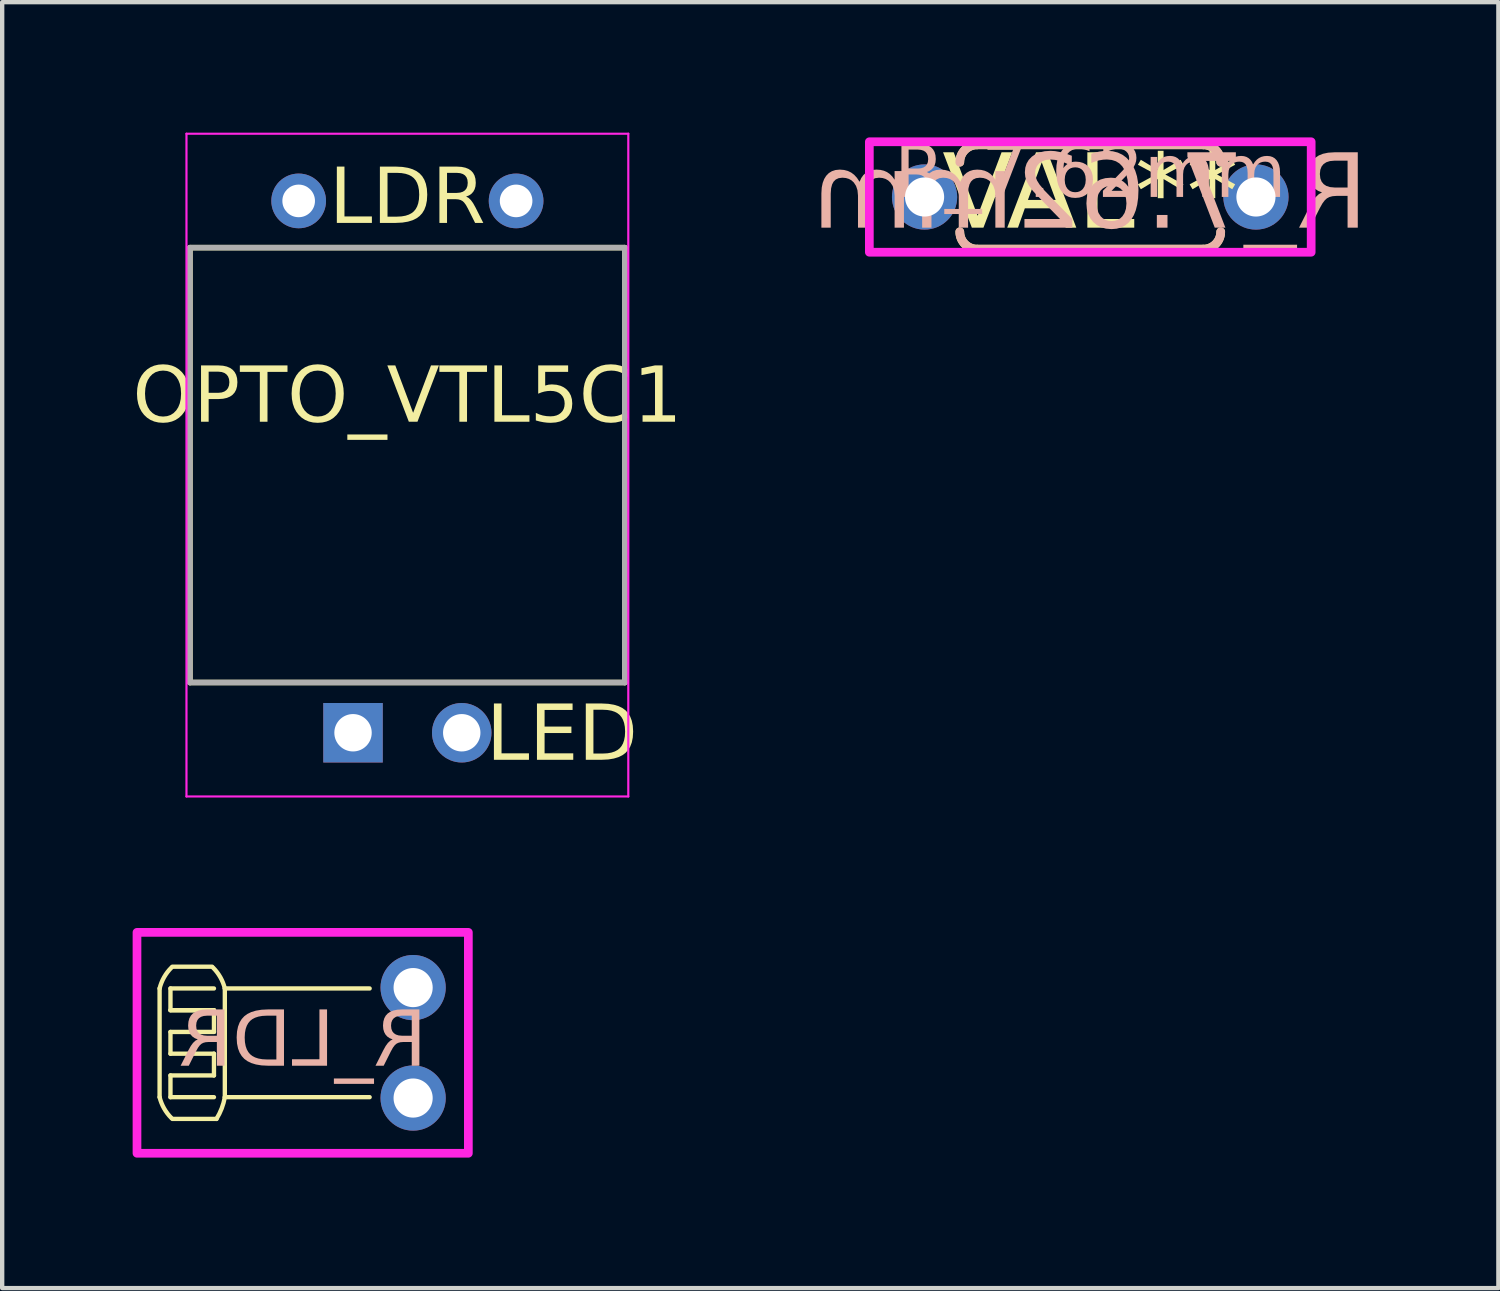
<source format=kicad_pcb>
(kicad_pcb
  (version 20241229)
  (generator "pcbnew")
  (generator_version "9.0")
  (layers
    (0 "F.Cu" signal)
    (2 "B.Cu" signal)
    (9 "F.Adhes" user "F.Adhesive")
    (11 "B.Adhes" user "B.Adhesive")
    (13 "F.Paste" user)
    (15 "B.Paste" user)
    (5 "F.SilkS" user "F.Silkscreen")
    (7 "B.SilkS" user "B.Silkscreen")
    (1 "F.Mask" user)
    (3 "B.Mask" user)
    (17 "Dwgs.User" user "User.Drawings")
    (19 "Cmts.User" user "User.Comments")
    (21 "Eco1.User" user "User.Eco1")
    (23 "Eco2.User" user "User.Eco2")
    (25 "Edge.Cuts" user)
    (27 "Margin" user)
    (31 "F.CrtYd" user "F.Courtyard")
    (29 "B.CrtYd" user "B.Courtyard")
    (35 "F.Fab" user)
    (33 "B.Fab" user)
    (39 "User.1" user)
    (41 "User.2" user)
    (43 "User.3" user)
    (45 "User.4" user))
  (footprint "OPTO_VTL5C1"
    (layer "F.Cu")
    (at 6.318 7.645)
    (property "Reference" "OPTO_VTL5C1" (at 0 -1.524 0) (layer "F.SilkS") (effects (font (face "Milk Run") (size 1.27 1.27) (thickness 0.15))))
    (attr through_hole)
    (fp_line (start -5 -5) (end -5 5) (stroke (width 0.127) (type solid)) (layer "F.SilkS"))
    (fp_line (start -5 5) (end 5 5) (stroke (width 0.127) (type solid)) (layer "F.SilkS"))
    (fp_line (start 5 -5) (end -5 -5) (stroke (width 0.127) (type solid)) (layer "F.SilkS"))
    (fp_line (start 5 5) (end 5 -5) (stroke (width 0.127) (type solid)) (layer "F.SilkS"))
    (fp_line (start -5.08 -7.62) (end 5.08 -7.62) (stroke (width 0.05) (type solid)) (layer "F.CrtYd"))
    (fp_line (start -5.08 7.62) (end -5.08 -7.62) (stroke (width 0.05) (type solid)) (layer "F.CrtYd"))
    (fp_line (start 5.08 -7.62) (end 5.08 7.62) (stroke (width 0.05) (type solid)) (layer "F.CrtYd"))
    (fp_line (start 5.08 7.62) (end -5.08 7.62) (stroke (width 0.05) (type solid)) (layer "F.CrtYd"))
    (fp_line (start -5 -5) (end 5 -5) (stroke (width 0.127) (type solid)) (layer "F.Fab"))
    (fp_line (start -5 5) (end -5 -5) (stroke (width 0.127) (type solid)) (layer "F.Fab"))
    (fp_line (start 5 -5) (end 5 5) (stroke (width 0.127) (type solid)) (layer "F.Fab"))
    (fp_line (start 5 5) (end -5 5) (stroke (width 0.127) (type solid)) (layer "F.Fab"))
    (fp_text user "LED" (at 3.556 6.25 0) (unlocked yes) (layer "F.SilkS") (effects (font (face "Milk Run") (size 1.27 1.27) (thickness 0.1))))
    (fp_text user "LDR" (at 0 -6.096 0) (unlocked yes) (layer "F.SilkS") (effects (font (face "Milk Run") (size 1.27 1.27) (thickness 0.1))))
    (pad "1" thru_hole rect (at -1.25 6.155 90) (size 1.368 1.368) (drill 0.86) (layers "*.Cu" "*.Mask"))
    (pad "2" thru_hole circle (at 1.25 6.155 90) (size 1.368 1.368) (drill 0.86) (layers "*.Cu" "*.Mask"))
    (pad "3" thru_hole circle (at 2.5 -6.075 90) (size 1.258 1.258) (drill 0.75) (layers "*.Cu" "*.Mask"))
    (pad "4" thru_hole circle (at -2.5 -6.075 90) (size 1.258 1.258) (drill 0.75) (layers "*.Cu" "*.Mask")))
  (footprint "R_7.62mm"
    (layer "F.Cu")
    (at 22.021 1.48)
    (property "Reference" "R_7.62mm" (at 0 -0.5 0) (unlocked yes) (layer "B.SilkS") (effects (font (face "Milk Run") (size 1.2 1.2) (thickness 0.1))))
    (property "Value" "VAL**" (at 0 1 0) (unlocked yes) (layer "F.SilkS") (hide yes) (effects (font (face "Milk Run") (size 1.2 1.2) (thickness 0.1))))
    (attr through_hole)
    (fp_line (start -2.6 1.2) (end 2.6 1.2) (stroke (width 0.2) (type default)) (layer "F.SilkS"))
    (fp_line (start 2.6 -1.2) (end -2.6 -1.2) (stroke (width 0.2) (type default)) (layer "F.SilkS"))
    (fp_arc (start -3 -0.8) (mid -2.882843 -1.082843) (end -2.6 -1.2) (stroke (width 0.2) (type default)) (layer "F.SilkS"))
    (fp_arc (start -2.6 1.2) (mid -2.882843 1.082843) (end -3 0.8) (stroke (width 0.2) (type default)) (layer "F.SilkS"))
    (fp_arc (start 2.6 -1.2) (mid 2.882843 -1.082843) (end 3 -0.8) (stroke (width 0.2) (type default)) (layer "F.SilkS"))
    (fp_arc (start 3 0.8) (mid 2.882843 1.082843) (end 2.6 1.2) (stroke (width 0.2) (type default)) (layer "F.SilkS"))
    (fp_line (start -2.6 1.2) (end 2.6 1.2) (stroke (width 0.2) (type default)) (layer "B.SilkS"))
    (fp_line (start 2.6 -1.2) (end -2.6 -1.2) (stroke (width 0.2) (type default)) (layer "B.SilkS"))
    (fp_arc (start -3 -0.8) (mid -2.882843 -1.082843) (end -2.6 -1.2) (stroke (width 0.2) (type default)) (layer "B.SilkS"))
    (fp_arc (start -2.6 1.2) (mid -2.882843 1.082843) (end -3 0.8) (stroke (width 0.2) (type default)) (layer "B.SilkS"))
    (fp_arc (start 2.6 -1.2) (mid 2.882843 -1.082843) (end 3 -0.8) (stroke (width 0.2) (type default)) (layer "B.SilkS"))
    (fp_arc (start 3 0.8) (mid 2.882843 1.082843) (end 2.6 1.2) (stroke (width 0.2) (type default)) (layer "B.SilkS"))
    (fp_rect (start -5.08 -1.27) (end 5.08 1.27) (stroke (width 0.2) (type default)) (fill no) (layer "F.CrtYd"))
    (fp_text user "${VALUE}" (at 0 0 0) (layer "F.SilkS") (effects (font (face "Milk Run") (size 1.7 1.7) (thickness 0.1))))
    (fp_text user "${REFERENCE}" (at 0 0 0) (layer "B.SilkS") (effects (font (face "Milk Run") (size 1.7 1.7) (thickness 0.1)) (justify mirror)))
    (pad "1" thru_hole circle (at -3.81 0) (size 1.5 1.5) (drill 0.9) (layers "*.Cu" "*.Mask"))
    (pad "2" thru_hole circle (at 3.81 0) (size 1.5 1.5) (drill 0.9) (layers "*.Cu" "*.Mask")))
  (footprint "R_LDR"
    (layer "F.Cu")
    (at 2.64 20.93)
    (property "Reference" "R_LDR" (at 1.27 0 0) (unlocked yes) (layer "B.SilkS") (effects (font (face "Milk Run") (size 1.27 1.27) (thickness 0.1)) (justify mirror)))
    (attr through_hole)
    (fp_line (start -2.02 -1.25) (end -2.02 1.25) (stroke (width 0.1) (type default)) (layer "F.SilkS"))
    (fp_line (start -1.77 -1.25) (end -1.77 -0.75) (stroke (width 0.1) (type default)) (layer "F.SilkS"))
    (fp_line (start -1.77 -1.25) (end -0.77 -1.25) (stroke (width 0.1) (type default)) (layer "F.SilkS"))
    (fp_line (start -1.77 -0.75) (end -0.77 -0.75) (stroke (width 0.1) (type default)) (layer "F.SilkS"))
    (fp_line (start -1.77 -0.25) (end -1.77 0.25) (stroke (width 0.1) (type default)) (layer "F.SilkS"))
    (fp_line (start -1.77 0.25) (end -0.77 0.25) (stroke (width 0.1) (type default)) (layer "F.SilkS"))
    (fp_line (start -1.77 0.75) (end -1.77 1.25) (stroke (width 0.1) (type default)) (layer "F.SilkS"))
    (fp_line (start -1.77 1.25) (end -0.77 1.25) (stroke (width 0.1) (type default)) (layer "F.SilkS"))
    (fp_line (start -0.813 -1.75) (end -1.727 -1.75) (stroke (width 0.1) (type default)) (layer "F.SilkS"))
    (fp_line (start -0.77 -0.75) (end -1.77 -0.75) (stroke (width 0.1) (type default)) (layer "F.SilkS"))
    (fp_line (start -0.77 -0.75) (end -0.77 -0.25) (stroke (width 0.1) (type default)) (layer "F.SilkS"))
    (fp_line (start -0.77 -0.25) (end -1.77 -0.25) (stroke (width 0.1) (type default)) (layer "F.SilkS"))
    (fp_line (start -0.77 0.25) (end -0.77 0.75) (stroke (width 0.1) (type default)) (layer "F.SilkS"))
    (fp_line (start -0.77 0.75) (end -1.77 0.75) (stroke (width 0.1) (type default)) (layer "F.SilkS"))
    (fp_line (start -0.712 1.75) (end -1.727 1.75) (stroke (width 0.1) (type default)) (layer "F.SilkS"))
    (fp_line (start -0.52 1.25) (end -0.52 -1.25) (stroke (width 0.1) (type default)) (layer "F.SilkS"))
    (fp_line (start 2.81 -1.25) (end -0.52 -1.25) (stroke (width 0.1) (type default)) (layer "F.SilkS"))
    (fp_line (start 2.81 1.25) (end -0.52 1.25) (stroke (width 0.1) (type default)) (layer "F.SilkS"))
    (fp_arc (start -2.02 -1.25) (mid -1.916982 -1.507862) (end -1.748869 -1.728869) (stroke (width 0.1) (type default)) (layer "F.SilkS"))
    (fp_arc (start -1.748869 1.728869) (mid -1.916982 1.507862) (end -2.02 1.25) (stroke (width 0.1) (type default)) (layer "F.SilkS"))
    (fp_arc (start -0.791131 -1.728869) (mid -0.623018 -1.507862) (end -0.52 -1.25) (stroke (width 0.1) (type default)) (layer "F.SilkS"))
    (fp_arc (start -0.52 1.25) (mid -0.592284 1.509149) (end -0.712176 1.75) (stroke (width 0.1) (type default)) (layer "F.SilkS"))
    (fp_rect (start -2.54 -2.54) (end 5.08 2.54) (stroke (width 0.2) (type default)) (fill no) (layer "F.CrtYd"))
    (pad "1" thru_hole circle (at 3.81 -1.27 270) (size 1.5 1.5) (drill 0.9) (layers "*.Cu" "*.Mask"))
    (pad "2" thru_hole circle (at 3.81 1.27 270) (size 1.5 1.5) (drill 0.9) (layers "*.Cu" "*.Mask")))
  (gr_rect
    (start -3 -3)
    (end 31.406 26.57)
    (stroke (width 0.1) (type default))
    (fill no)
    (layer "Edge.Cuts")))
</source>
